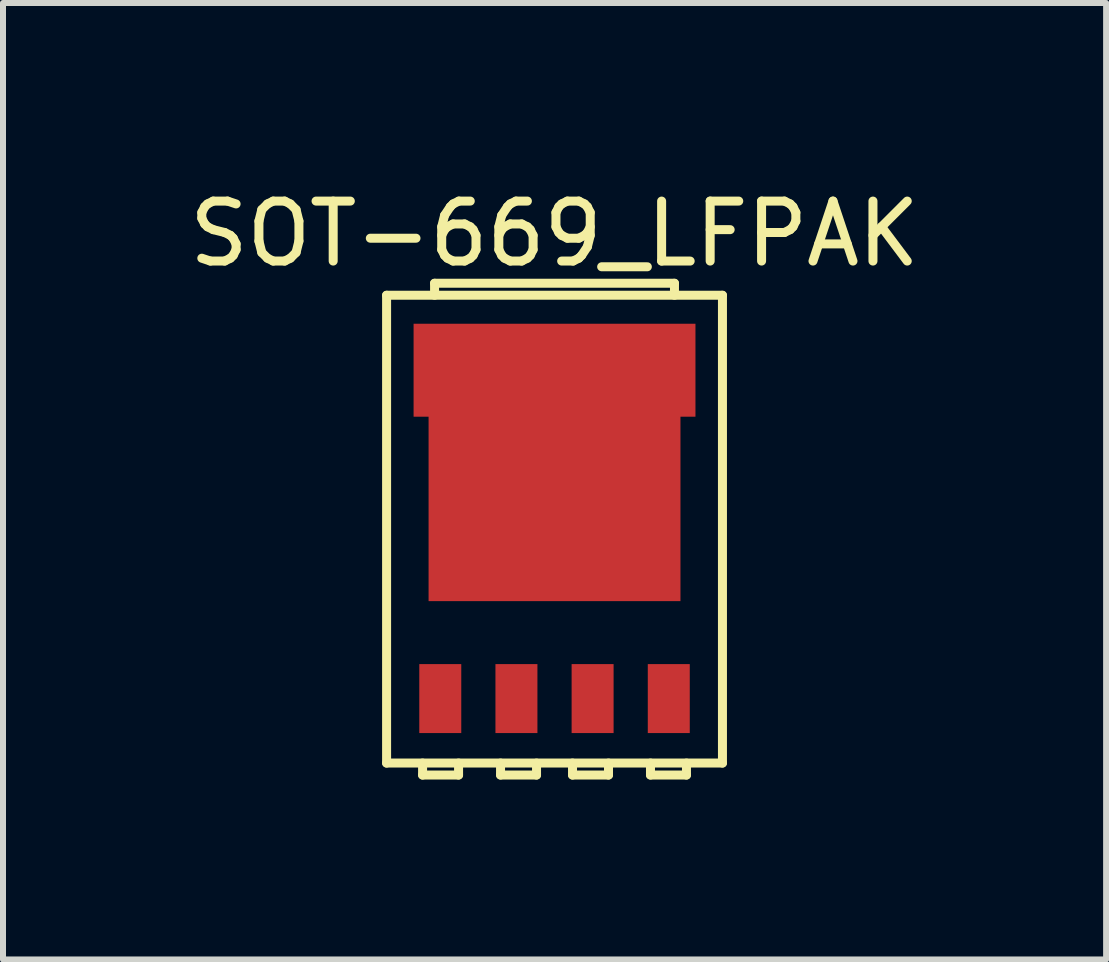
<source format=kicad_pcb>
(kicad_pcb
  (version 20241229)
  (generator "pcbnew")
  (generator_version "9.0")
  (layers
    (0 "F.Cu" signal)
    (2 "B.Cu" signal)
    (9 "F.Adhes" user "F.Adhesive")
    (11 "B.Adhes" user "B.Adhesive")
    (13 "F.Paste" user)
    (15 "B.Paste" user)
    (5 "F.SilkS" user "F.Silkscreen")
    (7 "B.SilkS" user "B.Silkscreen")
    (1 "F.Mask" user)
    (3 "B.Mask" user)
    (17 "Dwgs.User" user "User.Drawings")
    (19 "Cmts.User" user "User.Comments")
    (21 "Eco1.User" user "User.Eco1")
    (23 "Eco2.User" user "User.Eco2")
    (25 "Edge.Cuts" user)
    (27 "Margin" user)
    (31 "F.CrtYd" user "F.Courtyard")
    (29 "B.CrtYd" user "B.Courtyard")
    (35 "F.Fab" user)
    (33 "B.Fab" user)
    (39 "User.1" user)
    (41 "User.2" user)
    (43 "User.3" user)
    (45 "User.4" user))
  (footprint "SOT-669_LFPAK"
    (layer "F.Cu")
    (at 6.196 5.773)
    (property "Reference" "SOT-669_LFPAK" (at 0 -4.925 0) (layer "F.SilkS") (effects (font (size 1 1) (thickness 0.15))))
    (attr through_hole)
    (fp_line (start -2.8 -3.9) (end 2.8 -3.9) (stroke (width 0.15) (type solid)) (layer "F.SilkS"))
    (fp_line (start -2.8 3.9) (end -2.8 -3.9) (stroke (width 0.15) (type solid)) (layer "F.SilkS"))
    (fp_line (start -2.2 3.9) (end -2.2 4.1) (stroke (width 0.15) (type solid)) (layer "F.SilkS"))
    (fp_line (start -2.2 4.1) (end -1.6 4.1) (stroke (width 0.15) (type solid)) (layer "F.SilkS"))
    (fp_line (start -2 -4.1) (end 2 -4.1) (stroke (width 0.15) (type solid)) (layer "F.SilkS"))
    (fp_line (start -2 -3.9) (end -2 -4.1) (stroke (width 0.15) (type solid)) (layer "F.SilkS"))
    (fp_line (start -1.6 4.1) (end -1.6 3.9) (stroke (width 0.15) (type solid)) (layer "F.SilkS"))
    (fp_line (start -0.9 3.9) (end -0.9 4.1) (stroke (width 0.15) (type solid)) (layer "F.SilkS"))
    (fp_line (start -0.9 4.1) (end -0.3 4.1) (stroke (width 0.15) (type solid)) (layer "F.SilkS"))
    (fp_line (start -0.3 4.1) (end -0.3 3.9) (stroke (width 0.15) (type solid)) (layer "F.SilkS"))
    (fp_line (start 0.3 3.9) (end 0.3 4.1) (stroke (width 0.15) (type solid)) (layer "F.SilkS"))
    (fp_line (start 0.3 4.1) (end 0.9 4.1) (stroke (width 0.15) (type solid)) (layer "F.SilkS"))
    (fp_line (start 0.9 4.1) (end 0.9 3.9) (stroke (width 0.15) (type solid)) (layer "F.SilkS"))
    (fp_line (start 1.6 3.9) (end 1.6 4.1) (stroke (width 0.15) (type solid)) (layer "F.SilkS"))
    (fp_line (start 1.6 4.1) (end 2.2 4.1) (stroke (width 0.15) (type solid)) (layer "F.SilkS"))
    (fp_line (start 2 -4.1) (end 2 -3.9) (stroke (width 0.15) (type solid)) (layer "F.SilkS"))
    (fp_line (start 2.2 4.1) (end 2.2 3.9) (stroke (width 0.15) (type solid)) (layer "F.SilkS"))
    (fp_line (start 2.8 -3.9) (end 2.8 3.9) (stroke (width 0.15) (type solid)) (layer "F.SilkS"))
    (fp_line (start 2.8 3.9) (end -2.8 3.9) (stroke (width 0.15) (type solid)) (layer "F.SilkS"))
    (pad "" smd rect (at -1.875 -2.9) (size 0.6 0.9) (layers "F.Paste"))
    (pad "" smd rect (at -1.15 -1.05 90) (size 0.6 0.9) (layers "F.Paste"))
    (pad "" smd rect (at -1.15 -0.2 90) (size 0.6 0.9) (layers "F.Paste"))
    (pad "" smd rect (at -1.15 0.65 90) (size 0.6 0.9) (layers "F.Paste"))
    (pad "" smd rect (at -0.6 -2.9) (size 0.6 0.9) (layers "F.Paste"))
    (pad "" smd rect (at 0 -1.05 90) (size 0.6 0.9) (layers "F.Paste"))
    (pad "" smd rect (at 0 -0.2 90) (size 0.6 0.9) (layers "F.Paste"))
    (pad "" smd rect (at 0 0.65 90) (size 0.6 0.9) (layers "F.Paste"))
    (pad "" smd rect (at 0.6 -2.9) (size 0.6 0.9) (layers "F.Paste"))
    (pad "" smd rect (at 1.15 -1.05 90) (size 0.6 0.9) (layers "F.Paste"))
    (pad "" smd rect (at 1.15 -0.2 90) (size 0.6 0.9) (layers "F.Paste"))
    (pad "" smd rect (at 1.15 0.65 90) (size 0.6 0.9) (layers "F.Paste"))
    (pad "" smd rect (at 1.875 -2.9) (size 0.6 0.9) (layers "F.Paste"))
    (pad "1" smd rect (at -1.905 2.825) (size 0.7 1.15) (layers "F.Cu" "F.Mask" "F.Paste"))
    (pad "2" smd rect (at -0.635 2.825) (size 0.7 1.15) (layers "F.Cu" "F.Mask" "F.Paste"))
    (pad "3" smd rect (at 0.635 2.825) (size 0.7 1.15) (layers "F.Cu" "F.Mask" "F.Paste"))
    (pad "4" smd rect (at 1.905 2.825) (size 0.7 1.15) (layers "F.Cu" "F.Mask" "F.Paste"))
    (pad "5" smd rect (at 0 -2.65) (size 4.7 1.55) (layers "F.Cu" "F.Mask"))
    (pad "5" smd rect (at 0 -0.45) (size 4.2 3.3) (layers "F.Cu" "F.Mask")))
  (gr_rect
    (start -3 -3)
    (end 15.393 12.948)
    (stroke (width 0.1) (type default))
    (fill no)
    (layer "Edge.Cuts")))
</source>
